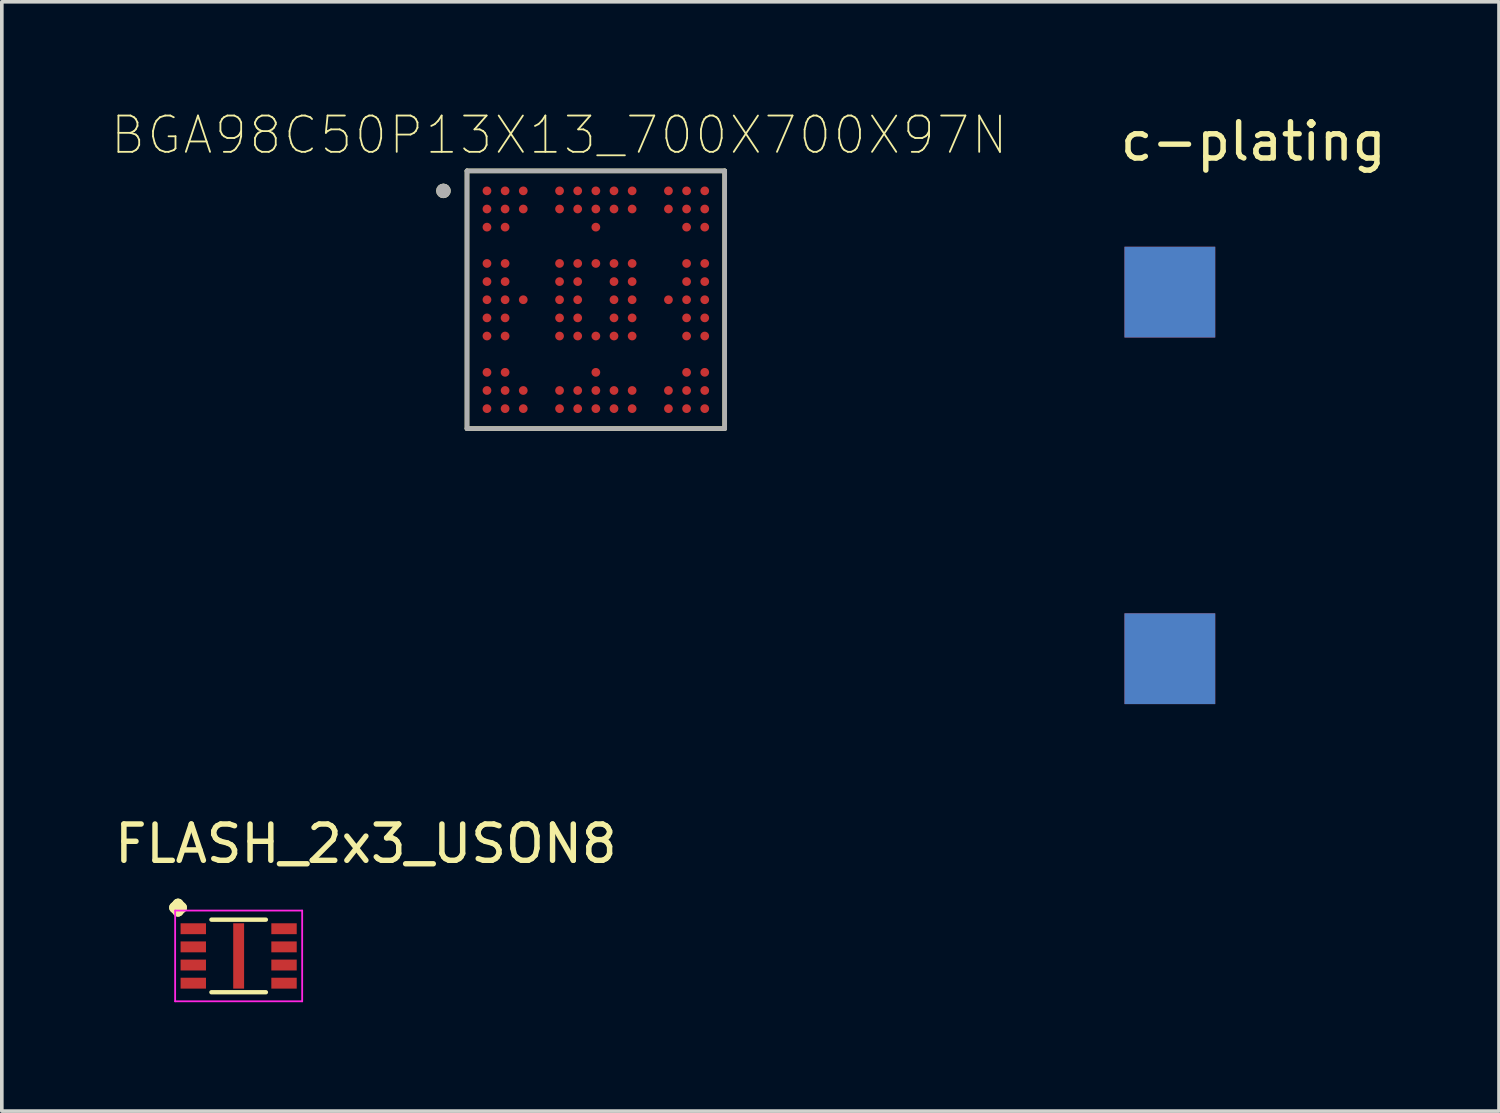
<source format=kicad_pcb>
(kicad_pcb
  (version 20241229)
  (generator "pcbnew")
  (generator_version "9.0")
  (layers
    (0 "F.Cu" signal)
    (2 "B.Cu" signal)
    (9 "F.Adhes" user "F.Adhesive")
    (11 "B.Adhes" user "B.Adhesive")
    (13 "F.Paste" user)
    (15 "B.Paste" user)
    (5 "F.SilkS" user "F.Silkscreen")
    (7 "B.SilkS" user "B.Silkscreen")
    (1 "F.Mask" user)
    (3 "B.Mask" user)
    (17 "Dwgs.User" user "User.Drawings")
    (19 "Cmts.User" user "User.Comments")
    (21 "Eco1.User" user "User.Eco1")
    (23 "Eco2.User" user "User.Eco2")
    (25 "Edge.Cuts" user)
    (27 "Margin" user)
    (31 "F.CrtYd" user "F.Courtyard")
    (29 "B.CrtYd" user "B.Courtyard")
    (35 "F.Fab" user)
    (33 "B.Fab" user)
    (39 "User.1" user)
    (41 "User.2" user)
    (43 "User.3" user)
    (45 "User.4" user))
  (footprint "FLASH_2x3_USON8"
    (layer "F.Cu")
    (at 3.525 23.287)
    (property "Reference" "FLASH_2x3_USON8" (at 3.505 -3.09 0) (layer "F.SilkS") (effects (font (size 1 1) (thickness 0.15))))
    (attr through_hole)
    (fp_line (start -0.75 1) (end 0.75 1) (stroke (width 0.12) (type solid)) (layer "F.SilkS"))
    (fp_line (start 0.75 -1) (end -0.75 -1) (stroke (width 0.12) (type solid)) (layer "F.SilkS"))
    (fp_line (start -1.75 -1.25) (end 1.75 -1.25) (stroke (width 0.05) (type solid)) (layer "F.CrtYd"))
    (fp_line (start -1.75 1.25) (end -1.75 -1.25) (stroke (width 0.05) (type solid)) (layer "F.CrtYd"))
    (fp_line (start 1.75 -1.25) (end 1.75 1.25) (stroke (width 0.05) (type solid)) (layer "F.CrtYd"))
    (fp_line (start 1.75 1.25) (end -1.75 1.25) (stroke (width 0.05) (type solid)) (layer "F.CrtYd"))
    (fp_text user "·" (at -1.67 -1.48 0) (layer "F.SilkS") (effects (font (size 2 2) (thickness 0.3))))
    (pad "1" smd rect (at -1.25 -0.75) (size 0.7 0.3) (layers "F.Cu" "F.Mask" "F.Paste"))
    (pad "2" smd rect (at -1.25 -0.25) (size 0.7 0.3) (layers "F.Cu" "F.Mask" "F.Paste"))
    (pad "3" smd rect (at -1.25 0.25) (size 0.7 0.3) (layers "F.Cu" "F.Mask" "F.Paste"))
    (pad "4" smd rect (at -1.25 0.75) (size 0.7 0.3) (layers "F.Cu" "F.Mask" "F.Paste"))
    (pad "5" smd rect (at 1.25 0.75) (size 0.7 0.3) (layers "F.Cu" "F.Mask" "F.Paste"))
    (pad "6" smd rect (at 1.25 0.25) (size 0.7 0.3) (layers "F.Cu" "F.Mask" "F.Paste"))
    (pad "7" smd rect (at 1.25 -0.25) (size 0.7 0.3) (layers "F.Cu" "F.Mask" "F.Paste"))
    (pad "8" smd rect (at 1.25 -0.75) (size 0.7 0.3) (layers "F.Cu" "F.Mask" "F.Paste"))
    (pad "9" smd rect (at 0 0) (size 0.3 1.8) (layers "F.Cu" "F.Mask" "F.Paste")))
  (footprint "c-plating"
    (layer "F.Cu")
    (at 29.33 4.898)
    (property "Reference" "c-plating" (at 2.15 -4.05 0) (layer "F.SilkS") (effects (font (size 1 1) (thickness 0.15))))
    (attr through_hole)
    (pad "1" smd rect (at -0.15 0.1) (size 2.5 2.5) (layers "F.Cu" "F.Mask"))
    (pad "1" smd rect (at -0.15 0.1) (size 2.5 2.5) (layers "B.Cu" "B.Mask"))
    (pad "1" smd rect (at -0.15 10.2) (size 2.5 2.5) (layers "B.Cu" "B.Mask"))
    (pad "2" smd rect (at -0.15 10.2) (size 2.5 2.5) (layers "F.Cu" "F.Mask")))
  (footprint "BGA98C50P13X13_700X700X97N"
    (layer "F.Cu")
    (at 13.366 5.208)
    (property "Reference" "BGA98C50P13X13_700X700X97N" (at -1.01 -4.535 0) (layer "F.SilkS") (effects (font (size 1 1) (thickness 0.05))))
    (attr smd)
    (fp_line (start -3.55 -3.55) (end 3.55 -3.55) (stroke (width 0.127) (type solid)) (layer "F.SilkS"))
    (fp_line (start -3.55 3.55) (end -3.55 -3.55) (stroke (width 0.127) (type solid)) (layer "F.SilkS"))
    (fp_line (start 3.55 -3.55) (end 3.55 3.55) (stroke (width 0.127) (type solid)) (layer "F.SilkS"))
    (fp_line (start 3.55 3.55) (end -3.55 3.55) (stroke (width 0.127) (type solid)) (layer "F.SilkS"))
    (fp_circle (center -4.2 -3) (end -4.1 -3) (stroke (width 0.2) (type solid)) (fill no) (layer "F.SilkS"))
    (fp_line (start -3.55 -3.55) (end 3.55 -3.55) (stroke (width 0.127) (type solid)) (layer "F.Fab"))
    (fp_line (start -3.55 3.55) (end -3.55 -3.55) (stroke (width 0.127) (type solid)) (layer "F.Fab"))
    (fp_line (start 3.55 -3.55) (end 3.55 3.55) (stroke (width 0.127) (type solid)) (layer "F.Fab"))
    (fp_line (start 3.55 3.55) (end -3.55 3.55) (stroke (width 0.127) (type solid)) (layer "F.Fab"))
    (fp_circle (center -4.2 -3) (end -4.1 -3) (stroke (width 0.2) (type solid)) (fill no) (layer "F.Fab"))
    (pad "A1" smd circle (at -3 -3) (size 0.24 0.24) (layers "F.Cu" "F.Mask" "F.Paste"))
    (pad "A2" smd circle (at -2.5 -3) (size 0.24 0.24) (layers "F.Cu" "F.Mask" "F.Paste"))
    (pad "A3" smd circle (at -2 -3) (size 0.24 0.24) (layers "F.Cu" "F.Mask" "F.Paste"))
    (pad "A5" smd circle (at -1 -3) (size 0.24 0.24) (layers "F.Cu" "F.Mask" "F.Paste"))
    (pad "A6" smd circle (at -0.5 -3) (size 0.24 0.24) (layers "F.Cu" "F.Mask" "F.Paste"))
    (pad "A7" smd circle (at 0 -3) (size 0.24 0.24) (layers "F.Cu" "F.Mask" "F.Paste"))
    (pad "A8" smd circle (at 0.5 -3) (size 0.24 0.24) (layers "F.Cu" "F.Mask" "F.Paste"))
    (pad "A9" smd circle (at 1 -3) (size 0.24 0.24) (layers "F.Cu" "F.Mask" "F.Paste"))
    (pad "A11" smd circle (at 2 -3) (size 0.24 0.24) (layers "F.Cu" "F.Mask" "F.Paste"))
    (pad "A12" smd circle (at 2.5 -3) (size 0.24 0.24) (layers "F.Cu" "F.Mask" "F.Paste"))
    (pad "A13" smd circle (at 3 -3) (size 0.24 0.24) (layers "F.Cu" "F.Mask" "F.Paste"))
    (pad "B1" smd circle (at -3 -2.5) (size 0.24 0.24) (layers "F.Cu" "F.Mask" "F.Paste"))
    (pad "B2" smd circle (at -2.5 -2.5) (size 0.24 0.24) (layers "F.Cu" "F.Mask" "F.Paste"))
    (pad "B3" smd circle (at -2 -2.5) (size 0.24 0.24) (layers "F.Cu" "F.Mask" "F.Paste"))
    (pad "B5" smd circle (at -1 -2.5) (size 0.24 0.24) (layers "F.Cu" "F.Mask" "F.Paste"))
    (pad "B6" smd circle (at -0.5 -2.5) (size 0.24 0.24) (layers "F.Cu" "F.Mask" "F.Paste"))
    (pad "B7" smd circle (at 0 -2.5) (size 0.24 0.24) (layers "F.Cu" "F.Mask" "F.Paste"))
    (pad "B8" smd circle (at 0.5 -2.5) (size 0.24 0.24) (layers "F.Cu" "F.Mask" "F.Paste"))
    (pad "B9" smd circle (at 1 -2.5) (size 0.24 0.24) (layers "F.Cu" "F.Mask" "F.Paste"))
    (pad "B11" smd circle (at 2 -2.5) (size 0.24 0.24) (layers "F.Cu" "F.Mask" "F.Paste"))
    (pad "B12" smd circle (at 2.5 -2.5) (size 0.24 0.24) (layers "F.Cu" "F.Mask" "F.Paste"))
    (pad "B13" smd circle (at 3 -2.5) (size 0.24 0.24) (layers "F.Cu" "F.Mask" "F.Paste"))
    (pad "C1" smd circle (at -3 -2) (size 0.24 0.24) (layers "F.Cu" "F.Mask" "F.Paste"))
    (pad "C2" smd circle (at -2.5 -2) (size 0.24 0.24) (layers "F.Cu" "F.Mask" "F.Paste"))
    (pad "C7" smd circle (at 0 -2) (size 0.24 0.24) (layers "F.Cu" "F.Mask" "F.Paste"))
    (pad "C12" smd circle (at 2.5 -2) (size 0.24 0.24) (layers "F.Cu" "F.Mask" "F.Paste"))
    (pad "C13" smd circle (at 3 -2) (size 0.24 0.24) (layers "F.Cu" "F.Mask" "F.Paste"))
    (pad "E1" smd circle (at -3 -1) (size 0.24 0.24) (layers "F.Cu" "F.Mask" "F.Paste"))
    (pad "E2" smd circle (at -2.5 -1) (size 0.24 0.24) (layers "F.Cu" "F.Mask" "F.Paste"))
    (pad "E5" smd circle (at -1 -1) (size 0.24 0.24) (layers "F.Cu" "F.Mask" "F.Paste"))
    (pad "E6" smd circle (at -0.5 -1) (size 0.24 0.24) (layers "F.Cu" "F.Mask" "F.Paste"))
    (pad "E7" smd circle (at 0 -1) (size 0.24 0.24) (layers "F.Cu" "F.Mask" "F.Paste"))
    (pad "E8" smd circle (at 0.5 -1) (size 0.24 0.24) (layers "F.Cu" "F.Mask" "F.Paste"))
    (pad "E9" smd circle (at 1 -1) (size 0.24 0.24) (layers "F.Cu" "F.Mask" "F.Paste"))
    (pad "E12" smd circle (at 2.5 -1) (size 0.24 0.24) (layers "F.Cu" "F.Mask" "F.Paste"))
    (pad "E13" smd circle (at 3 -1) (size 0.24 0.24) (layers "F.Cu" "F.Mask" "F.Paste"))
    (pad "F1" smd circle (at -3 -0.5) (size 0.24 0.24) (layers "F.Cu" "F.Mask" "F.Paste"))
    (pad "F2" smd circle (at -2.5 -0.5) (size 0.24 0.24) (layers "F.Cu" "F.Mask" "F.Paste"))
    (pad "F5" smd circle (at -1 -0.5) (size 0.24 0.24) (layers "F.Cu" "F.Mask" "F.Paste"))
    (pad "F6" smd circle (at -0.5 -0.5) (size 0.24 0.24) (layers "F.Cu" "F.Mask" "F.Paste"))
    (pad "F8" smd circle (at 0.5 -0.5) (size 0.24 0.24) (layers "F.Cu" "F.Mask" "F.Paste"))
    (pad "F9" smd circle (at 1 -0.5) (size 0.24 0.24) (layers "F.Cu" "F.Mask" "F.Paste"))
    (pad "F12" smd circle (at 2.5 -0.5) (size 0.24 0.24) (layers "F.Cu" "F.Mask" "F.Paste"))
    (pad "F13" smd circle (at 3 -0.5) (size 0.24 0.24) (layers "F.Cu" "F.Mask" "F.Paste"))
    (pad "G1" smd circle (at -3 0) (size 0.24 0.24) (layers "F.Cu" "F.Mask" "F.Paste"))
    (pad "G2" smd circle (at -2.5 0) (size 0.24 0.24) (layers "F.Cu" "F.Mask" "F.Paste"))
    (pad "G3" smd circle (at -2 0) (size 0.24 0.24) (layers "F.Cu" "F.Mask" "F.Paste"))
    (pad "G5" smd circle (at -1 0) (size 0.24 0.24) (layers "F.Cu" "F.Mask" "F.Paste"))
    (pad "G6" smd circle (at -0.5 0) (size 0.24 0.24) (layers "F.Cu" "F.Mask" "F.Paste"))
    (pad "G8" smd circle (at 0.5 0) (size 0.24 0.24) (layers "F.Cu" "F.Mask" "F.Paste"))
    (pad "G9" smd circle (at 1 0) (size 0.24 0.24) (layers "F.Cu" "F.Mask" "F.Paste"))
    (pad "G11" smd circle (at 2 0) (size 0.24 0.24) (layers "F.Cu" "F.Mask" "F.Paste"))
    (pad "G12" smd circle (at 2.5 0) (size 0.24 0.24) (layers "F.Cu" "F.Mask" "F.Paste"))
    (pad "G13" smd circle (at 3 0) (size 0.24 0.24) (layers "F.Cu" "F.Mask" "F.Paste"))
    (pad "H1" smd circle (at -3 0.5) (size 0.24 0.24) (layers "F.Cu" "F.Mask" "F.Paste"))
    (pad "H2" smd circle (at -2.5 0.5) (size 0.24 0.24) (layers "F.Cu" "F.Mask" "F.Paste"))
    (pad "H5" smd circle (at -1 0.5) (size 0.24 0.24) (layers "F.Cu" "F.Mask" "F.Paste"))
    (pad "H6" smd circle (at -0.5 0.5) (size 0.24 0.24) (layers "F.Cu" "F.Mask" "F.Paste"))
    (pad "H8" smd circle (at 0.5 0.5) (size 0.24 0.24) (layers "F.Cu" "F.Mask" "F.Paste"))
    (pad "H9" smd circle (at 1 0.5) (size 0.24 0.24) (layers "F.Cu" "F.Mask" "F.Paste"))
    (pad "H12" smd circle (at 2.5 0.5) (size 0.24 0.24) (layers "F.Cu" "F.Mask" "F.Paste"))
    (pad "H13" smd circle (at 3 0.5) (size 0.24 0.24) (layers "F.Cu" "F.Mask" "F.Paste"))
    (pad "J1" smd circle (at -3 1) (size 0.24 0.24) (layers "F.Cu" "F.Mask" "F.Paste"))
    (pad "J2" smd circle (at -2.5 1) (size 0.24 0.24) (layers "F.Cu" "F.Mask" "F.Paste"))
    (pad "J5" smd circle (at -1 1) (size 0.24 0.24) (layers "F.Cu" "F.Mask" "F.Paste"))
    (pad "J6" smd circle (at -0.5 1) (size 0.24 0.24) (layers "F.Cu" "F.Mask" "F.Paste"))
    (pad "J7" smd circle (at 0 1) (size 0.24 0.24) (layers "F.Cu" "F.Mask" "F.Paste"))
    (pad "J8" smd circle (at 0.5 1) (size 0.24 0.24) (layers "F.Cu" "F.Mask" "F.Paste"))
    (pad "J9" smd circle (at 1 1) (size 0.24 0.24) (layers "F.Cu" "F.Mask" "F.Paste"))
    (pad "J12" smd circle (at 2.5 1) (size 0.24 0.24) (layers "F.Cu" "F.Mask" "F.Paste"))
    (pad "J13" smd circle (at 3 1) (size 0.24 0.24) (layers "F.Cu" "F.Mask" "F.Paste"))
    (pad "L1" smd circle (at -3 2) (size 0.24 0.24) (layers "F.Cu" "F.Mask" "F.Paste"))
    (pad "L2" smd circle (at -2.5 2) (size 0.24 0.24) (layers "F.Cu" "F.Mask" "F.Paste"))
    (pad "L7" smd circle (at 0 2) (size 0.24 0.24) (layers "F.Cu" "F.Mask" "F.Paste"))
    (pad "L12" smd circle (at 2.5 2) (size 0.24 0.24) (layers "F.Cu" "F.Mask" "F.Paste"))
    (pad "L13" smd circle (at 3 2) (size 0.24 0.24) (layers "F.Cu" "F.Mask" "F.Paste"))
    (pad "M1" smd circle (at -3 2.5) (size 0.24 0.24) (layers "F.Cu" "F.Mask" "F.Paste"))
    (pad "M2" smd circle (at -2.5 2.5) (size 0.24 0.24) (layers "F.Cu" "F.Mask" "F.Paste"))
    (pad "M3" smd circle (at -2 2.5) (size 0.24 0.24) (layers "F.Cu" "F.Mask" "F.Paste"))
    (pad "M5" smd circle (at -1 2.5) (size 0.24 0.24) (layers "F.Cu" "F.Mask" "F.Paste"))
    (pad "M6" smd circle (at -0.5 2.5) (size 0.24 0.24) (layers "F.Cu" "F.Mask" "F.Paste"))
    (pad "M7" smd circle (at 0 2.5) (size 0.24 0.24) (layers "F.Cu" "F.Mask" "F.Paste"))
    (pad "M8" smd circle (at 0.5 2.5) (size 0.24 0.24) (layers "F.Cu" "F.Mask" "F.Paste"))
    (pad "M9" smd circle (at 1 2.5) (size 0.24 0.24) (layers "F.Cu" "F.Mask" "F.Paste"))
    (pad "M11" smd circle (at 2 2.5) (size 0.24 0.24) (layers "F.Cu" "F.Mask" "F.Paste"))
    (pad "M12" smd circle (at 2.5 2.5) (size 0.24 0.24) (layers "F.Cu" "F.Mask" "F.Paste"))
    (pad "M13" smd circle (at 3 2.5) (size 0.24 0.24) (layers "F.Cu" "F.Mask" "F.Paste"))
    (pad "N1" smd circle (at -3 3) (size 0.24 0.24) (layers "F.Cu" "F.Mask" "F.Paste"))
    (pad "N2" smd circle (at -2.5 3) (size 0.24 0.24) (layers "F.Cu" "F.Mask" "F.Paste"))
    (pad "N3" smd circle (at -2 3) (size 0.24 0.24) (layers "F.Cu" "F.Mask" "F.Paste"))
    (pad "N5" smd circle (at -1 3) (size 0.24 0.24) (layers "F.Cu" "F.Mask" "F.Paste"))
    (pad "N6" smd circle (at -0.5 3) (size 0.24 0.24) (layers "F.Cu" "F.Mask" "F.Paste"))
    (pad "N7" smd circle (at 0 3) (size 0.24 0.24) (layers "F.Cu" "F.Mask" "F.Paste"))
    (pad "N8" smd circle (at 0.5 3) (size 0.24 0.24) (layers "F.Cu" "F.Mask" "F.Paste"))
    (pad "N9" smd circle (at 1 3) (size 0.24 0.24) (layers "F.Cu" "F.Mask" "F.Paste"))
    (pad "N11" smd circle (at 2 3) (size 0.24 0.24) (layers "F.Cu" "F.Mask" "F.Paste"))
    (pad "N12" smd circle (at 2.5 3) (size 0.24 0.24) (layers "F.Cu" "F.Mask" "F.Paste"))
    (pad "N13" smd circle (at 3 3) (size 0.24 0.24) (layers "F.Cu" "F.Mask" "F.Paste")))
  (gr_rect
    (start -3 -3)
    (end 38.248 27.561)
    (stroke (width 0.1) (type default))
    (fill no)
    (layer "Edge.Cuts")))
</source>
